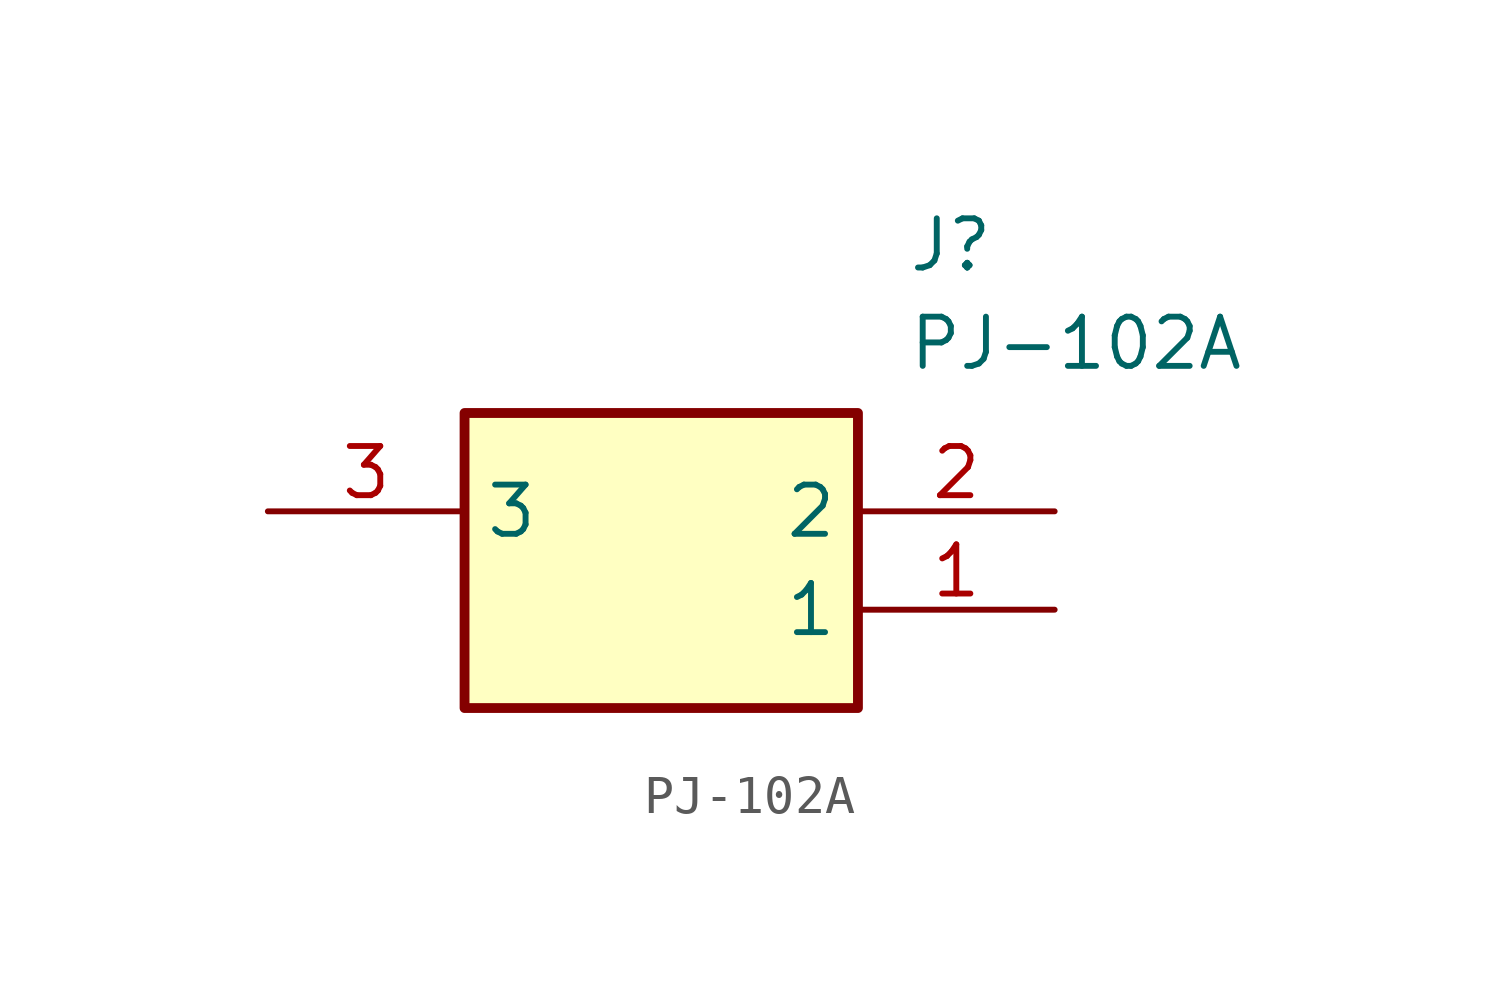
<source format=kicad_sym>
(kicad_symbol_lib
  (version 20211014)
  (generator SamacSys_ECAD_Model)
  (symbol "PJ-102A"
    (property "Reference" "J"
      (at 16.51 7.62 0)
      (effects (font (size 1.27 1.27)) (justify left top)))
    (property "Value" "PJ-102A"
      (at 16.51 5.08 0)
      (effects (font (size 1.27 1.27)) (justify left top)))
    (rectangle
      (start 5.08 2.54)
      (end 15.24 -5.08)
      (stroke (width 0.254) (type default))
      (fill (type background)))
    (pin passive line
      (at 20.32 -2.54 180)
      (length 5.08)
      (name "1" (effects (font (size 1.27 1.27))))
      (number "1" (effects (font (size 1.27 1.27)))))
    (pin passive line
      (at 20.32 0 180)
      (length 5.08)
      (name "2" (effects (font (size 1.27 1.27))))
      (number "2" (effects (font (size 1.27 1.27)))))
    (pin passive line
      (at 0 0 0)
      (length 5.08)
      (name "3" (effects (font (size 1.27 1.27))))
      (number "3" (effects (font (size 1.27 1.27)))))))
</source>
